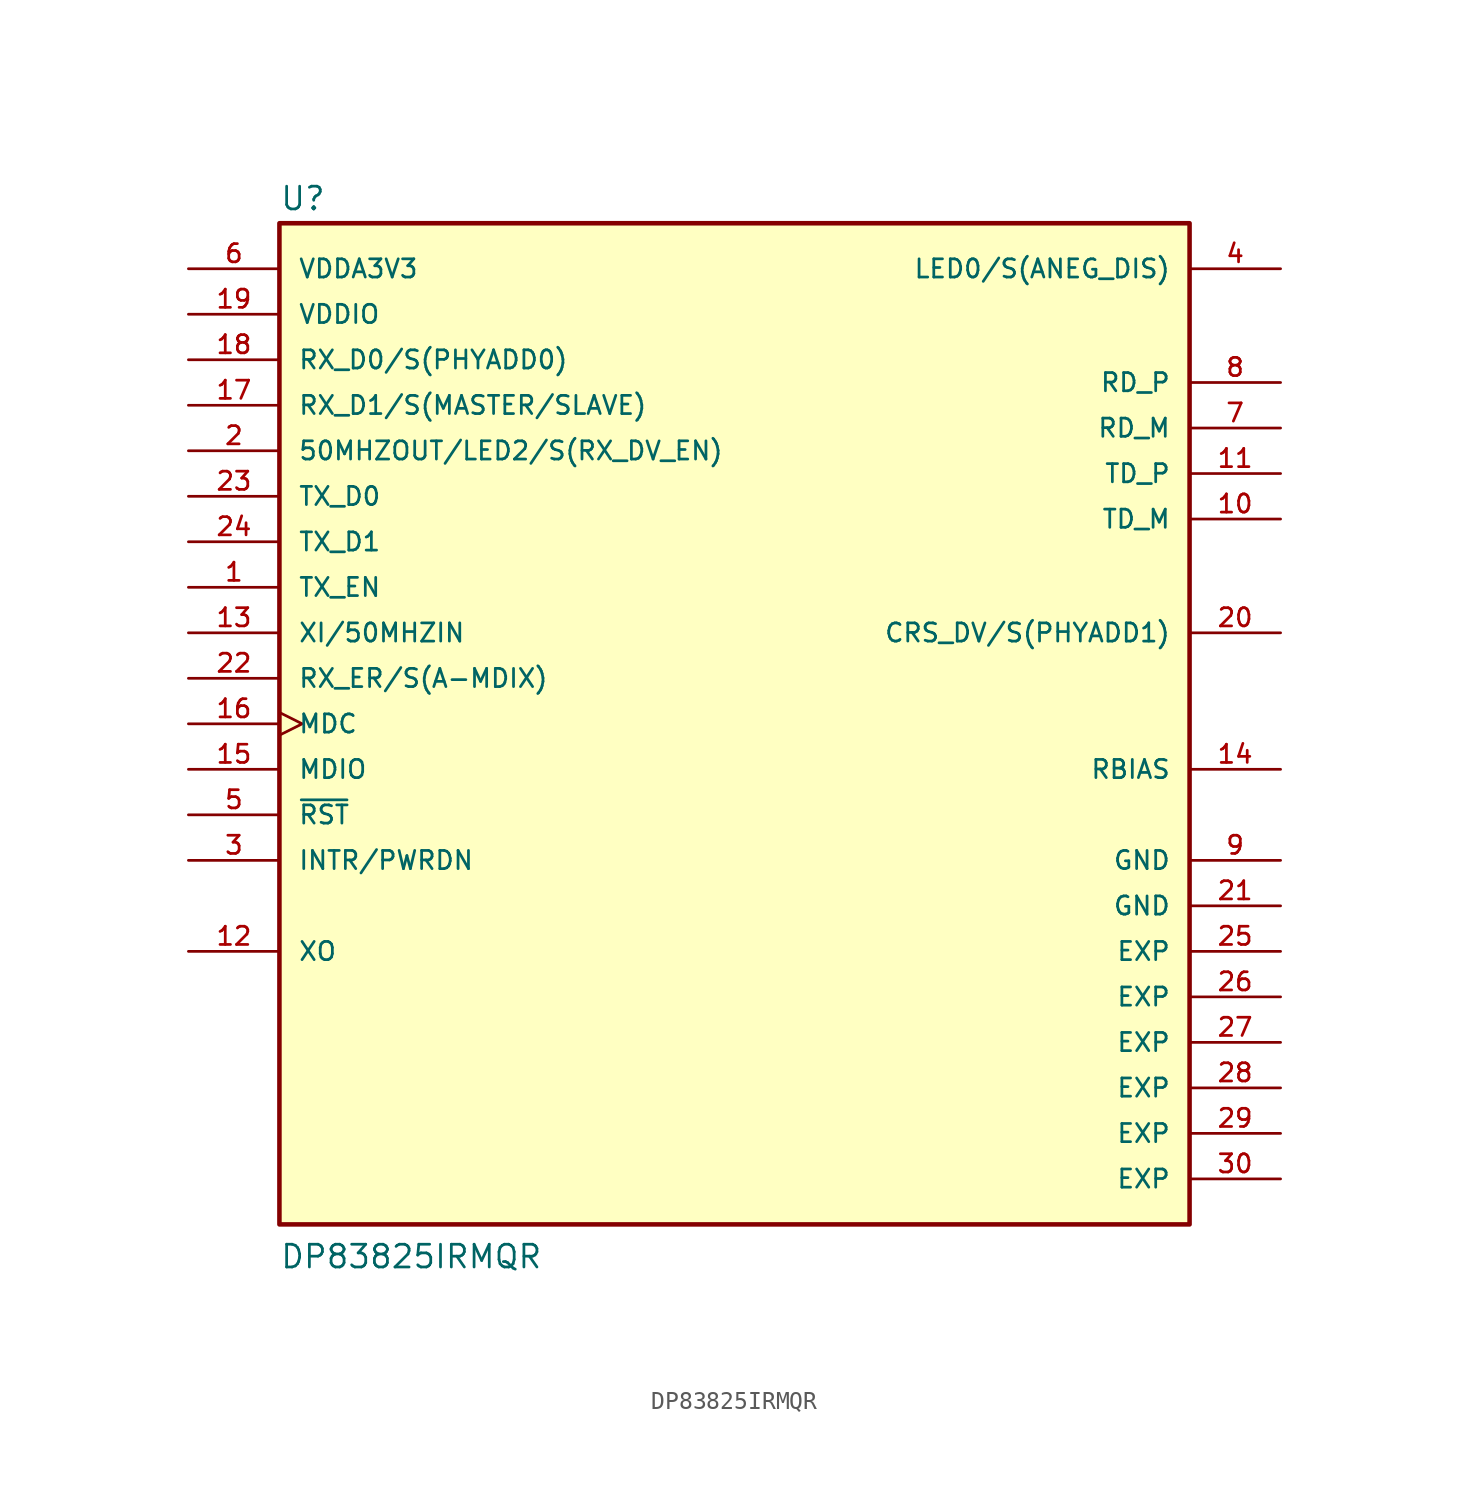
<source format=kicad_sym>
(kicad_symbol_lib
  (version 20220914)
  (generator kicad_symbol_editor)
  (symbol "DP83825IRMQR"
    (pin_names
      (offset 1.016))
    (property "Reference" "U"
      (at -25.4 28.575 0)
      (effects (font (size 1.27 1.27)) (justify left bottom)))
    (property "Value" "DP83825IRMQR"
      (at -25.4 -30.48 0)
      (effects (font (size 1.27 1.27)) (justify left bottom)))
    (symbol "DP83825IRMQR_0_0"
      (rectangle (start -25.4 -27.94) (end 25.4 27.94) (stroke (width 0.254) (type default)) (fill (type background)))
      (pin input line (at -30.48 7.62 0) (length 5.08) (name "TX_EN" (effects (font (size 1.016 1.016)))) (number "1" (effects (font (size 1.016 1.016)))))
      (pin output line (at 30.48 11.43 180) (length 5.08) (name "TD_M" (effects (font (size 1.016 1.016)))) (number "10" (effects (font (size 1.016 1.016)))))
      (pin output line (at 30.48 13.97 180) (length 5.08) (name "TD_P" (effects (font (size 1.016 1.016)))) (number "11" (effects (font (size 1.016 1.016)))))
      (pin output line (at -30.48 -12.7 0) (length 5.08) (name "XO" (effects (font (size 1.016 1.016)))) (number "12" (effects (font (size 1.016 1.016)))))
      (pin input line (at -30.48 5.08 0) (length 5.08) (name "XI/50MHZIN" (effects (font (size 1.016 1.016)))) (number "13" (effects (font (size 1.016 1.016)))))
      (pin passive line (at 30.48 -2.54 180) (length 5.08) (name "RBIAS" (effects (font (size 1.016 1.016)))) (number "14" (effects (font (size 1.016 1.016)))))
      (pin bidirectional line (at -30.48 -2.54 0) (length 5.08) (name "MDIO" (effects (font (size 1.016 1.016)))) (number "15" (effects (font (size 1.016 1.016)))))
      (pin input clock (at -30.48 0 0) (length 5.08) (name "MDC" (effects (font (size 1.016 1.016)))) (number "16" (effects (font (size 1.016 1.016)))))
      (pin bidirectional line (at -30.48 17.78 0) (length 5.08) (name "RX_D1/S(MASTER/SLAVE)" (effects (font (size 1.016 1.016)))) (number "17" (effects (font (size 1.016 1.016)))))
      (pin bidirectional line (at -30.48 20.32 0) (length 5.08) (name "RX_D0/S(PHYADD0)" (effects (font (size 1.016 1.016)))) (number "18" (effects (font (size 1.016 1.016)))))
      (pin power_in line (at -30.48 22.86 0) (length 5.08) (name "VDDIO" (effects (font (size 1.016 1.016)))) (number "19" (effects (font (size 1.016 1.016)))))
      (pin bidirectional line (at -30.48 15.24 0) (length 5.08) (name "50MHZOUT/LED2/S(RX_DV_EN)" (effects (font (size 1.016 1.016)))) (number "2" (effects (font (size 1.016 1.016)))))
      (pin bidirectional line (at 30.48 5.08 180) (length 5.08) (name "CRS_DV/S(PHYADD1)" (effects (font (size 1.016 1.016)))) (number "20" (effects (font (size 1.016 1.016)))))
      (pin power_in line (at 30.48 -10.16 180) (length 5.08) (name "GND" (effects (font (size 1.016 1.016)))) (number "21" (effects (font (size 1.016 1.016)))))
      (pin bidirectional line (at -30.48 2.54 0) (length 5.08) (name "RX_ER/S(A-MDIX)" (effects (font (size 1.016 1.016)))) (number "22" (effects (font (size 1.016 1.016)))))
      (pin input line (at -30.48 12.7 0) (length 5.08) (name "TX_D0" (effects (font (size 1.016 1.016)))) (number "23" (effects (font (size 1.016 1.016)))))
      (pin input line (at -30.48 10.16 0) (length 5.08) (name "TX_D1" (effects (font (size 1.016 1.016)))) (number "24" (effects (font (size 1.016 1.016)))))
      (pin power_in line (at 30.48 -12.7 180) (length 5.08) (name "EXP" (effects (font (size 1.016 1.016)))) (number "25" (effects (font (size 1.016 1.016)))))
      (pin power_in line (at 30.48 -15.24 180) (length 5.08) (name "EXP" (effects (font (size 1.016 1.016)))) (number "26" (effects (font (size 1.016 1.016)))))
      (pin power_in line (at 30.48 -17.78 180) (length 5.08) (name "EXP" (effects (font (size 1.016 1.016)))) (number "27" (effects (font (size 1.016 1.016)))))
      (pin power_in line (at 30.48 -20.32 180) (length 5.08) (name "EXP" (effects (font (size 1.016 1.016)))) (number "28" (effects (font (size 1.016 1.016)))))
      (pin power_in line (at 30.48 -22.86 180) (length 5.08) (name "EXP" (effects (font (size 1.016 1.016)))) (number "29" (effects (font (size 1.016 1.016)))))
      (pin input line (at -30.48 -7.62 0) (length 5.08) (name "INTR/PWRDN" (effects (font (size 1.016 1.016)))) (number "3" (effects (font (size 1.016 1.016)))))
      (pin power_in line (at 30.48 -25.4 180) (length 5.08) (name "EXP" (effects (font (size 1.016 1.016)))) (number "30" (effects (font (size 1.016 1.016)))))
      (pin bidirectional line (at 30.48 25.4 180) (length 5.08) (name "LED0/S(ANEG_DIS)" (effects (font (size 1.016 1.016)))) (number "4" (effects (font (size 1.016 1.016)))))
      (pin input line (at -30.48 -5.08 0) (length 5.08) (name "~{RST}" (effects (font (size 1.016 1.016)))) (number "5" (effects (font (size 1.016 1.016)))))
      (pin power_in line (at -30.48 25.4 0) (length 5.08) (name "VDDA3V3" (effects (font (size 1.016 1.016)))) (number "6" (effects (font (size 1.016 1.016)))))
      (pin input line (at 30.48 16.51 180) (length 5.08) (name "RD_M" (effects (font (size 1.016 1.016)))) (number "7" (effects (font (size 1.016 1.016)))))
      (pin input line (at 30.48 19.05 180) (length 5.08) (name "RD_P" (effects (font (size 1.016 1.016)))) (number "8" (effects (font (size 1.016 1.016)))))
      (pin power_in line (at 30.48 -7.62 180) (length 5.08) (name "GND" (effects (font (size 1.016 1.016)))) (number "9" (effects (font (size 1.016 1.016))))))))
</source>
